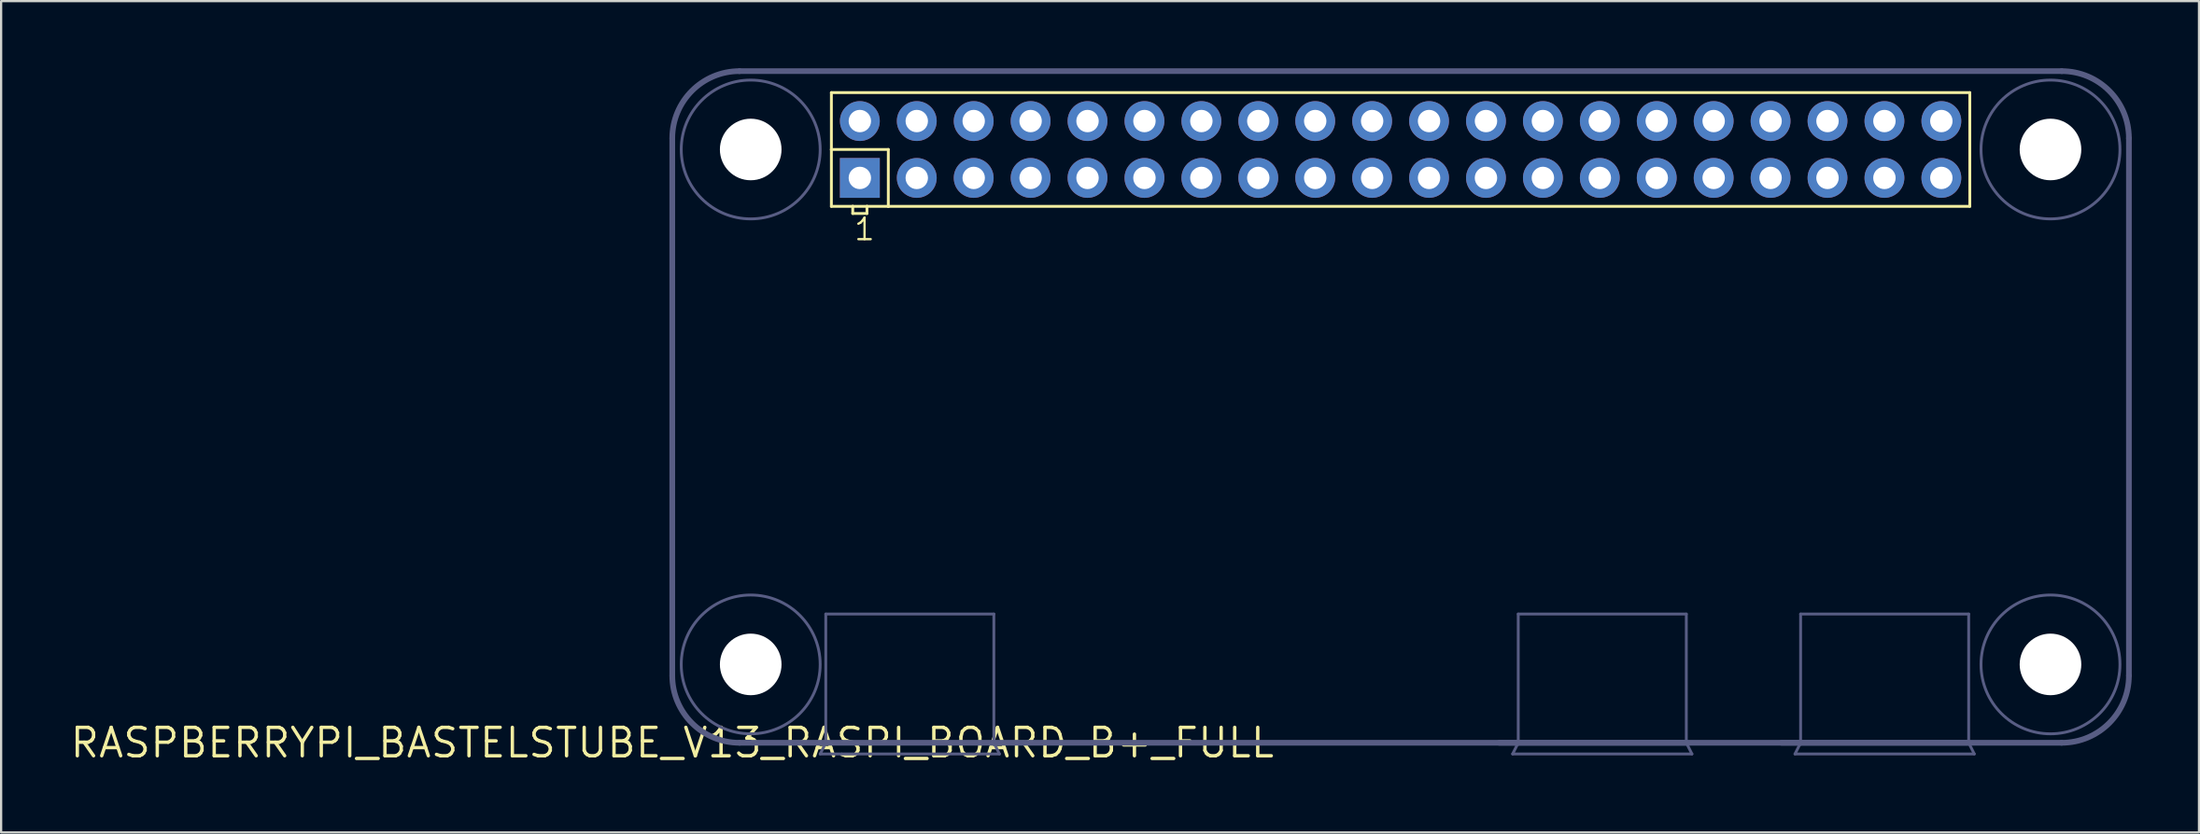
<source format=kicad_pcb>
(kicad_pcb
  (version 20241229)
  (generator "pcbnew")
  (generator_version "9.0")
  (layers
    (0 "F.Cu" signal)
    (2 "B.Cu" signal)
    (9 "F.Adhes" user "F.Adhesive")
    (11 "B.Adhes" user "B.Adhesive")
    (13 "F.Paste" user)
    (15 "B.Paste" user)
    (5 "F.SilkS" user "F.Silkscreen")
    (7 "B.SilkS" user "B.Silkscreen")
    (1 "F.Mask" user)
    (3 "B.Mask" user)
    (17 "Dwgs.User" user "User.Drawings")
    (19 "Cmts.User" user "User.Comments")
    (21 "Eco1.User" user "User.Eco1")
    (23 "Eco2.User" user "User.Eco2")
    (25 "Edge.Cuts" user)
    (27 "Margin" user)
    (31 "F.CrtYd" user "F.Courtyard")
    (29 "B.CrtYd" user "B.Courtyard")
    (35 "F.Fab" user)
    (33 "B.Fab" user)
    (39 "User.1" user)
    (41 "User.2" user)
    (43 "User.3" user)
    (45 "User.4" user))
  (footprint "RASPBERRYPI_BASTELSTUBE_V13_RASPI_BOARD_B+_FULL"
    (layer "F.Cu")
    (at 26.949 30.127)
    (property "Reference" "RASPBERRYPI_BASTELSTUBE_V13_RASPI_BOARD_B+_FULL" (at 0 0 0) (layer "F.SilkS") (effects (font (size 1.27 1.27) (thickness 0.15))))
    (attr through_hole)
    (fp_line (start 7.1 -29.04) (end 7.1 -26.5) (stroke (width 0.127) (type solid)) (layer "F.SilkS"))
    (fp_line (start 7.1 -26.5) (end 7.1 -23.96) (stroke (width 0.127) (type solid)) (layer "F.SilkS"))
    (fp_line (start 7.1 -26.5) (end 9.64 -26.5) (stroke (width 0.127) (type solid)) (layer "F.SilkS"))
    (fp_line (start 7.1 -23.96) (end 8.053 -23.96) (stroke (width 0.127) (type solid)) (layer "F.SilkS"))
    (fp_line (start 8.053 -23.96) (end 8.053 -23.642) (stroke (width 0.127) (type solid)) (layer "F.SilkS"))
    (fp_line (start 8.053 -23.96) (end 8.688 -23.96) (stroke (width 0.127) (type solid)) (layer "F.SilkS"))
    (fp_line (start 8.053 -23.642) (end 8.688 -23.642) (stroke (width 0.127) (type solid)) (layer "F.SilkS"))
    (fp_line (start 8.688 -23.96) (end 9.64 -23.96) (stroke (width 0.127) (type solid)) (layer "F.SilkS"))
    (fp_line (start 8.688 -23.642) (end 8.688 -23.96) (stroke (width 0.127) (type solid)) (layer "F.SilkS"))
    (fp_line (start 9.64 -26.5) (end 9.64 -23.96) (stroke (width 0.127) (type solid)) (layer "F.SilkS"))
    (fp_line (start 9.64 -23.96) (end 57.9 -23.96) (stroke (width 0.127) (type solid)) (layer "F.SilkS"))
    (fp_line (start 57.9 -29.04) (end 7.1 -29.04) (stroke (width 0.127) (type solid)) (layer "F.SilkS"))
    (fp_line (start 57.9 -23.96) (end 57.9 -29.04) (stroke (width 0.127) (type solid)) (layer "F.SilkS"))
    (fp_line (start 0 -27) (end 0 -3) (stroke (width 0.254) (type solid)) (layer "B.Fab"))
    (fp_line (start 3 0) (end 6.85 0) (stroke (width 0.254) (type solid)) (layer "B.Fab"))
    (fp_line (start 6.6 0.5) (end 14.6 0.5) (stroke (width 0.127) (type solid)) (layer "B.Fab"))
    (fp_line (start 6.85 -5.75) (end 14.35 -5.75) (stroke (width 0.127) (type solid)) (layer "B.Fab"))
    (fp_line (start 6.85 0) (end 6.6 0.5) (stroke (width 0.127) (type solid)) (layer "B.Fab"))
    (fp_line (start 6.85 0) (end 6.85 -5.75) (stroke (width 0.127) (type solid)) (layer "B.Fab"))
    (fp_line (start 6.85 0) (end 14.35 0) (stroke (width 0.254) (type solid)) (layer "B.Fab"))
    (fp_line (start 14.35 -5.75) (end 14.35 0) (stroke (width 0.127) (type solid)) (layer "B.Fab"))
    (fp_line (start 14.35 0) (end 62 0) (stroke (width 0.254) (type solid)) (layer "B.Fab"))
    (fp_line (start 14.6 0.5) (end 14.35 0) (stroke (width 0.127) (type solid)) (layer "B.Fab"))
    (fp_line (start 36.9 0) (end 37.75 0) (stroke (width 0.254) (type solid)) (layer "B.Fab"))
    (fp_line (start 37.5 0.5) (end 45.5 0.5) (stroke (width 0.127) (type solid)) (layer "B.Fab"))
    (fp_line (start 37.75 -5.75) (end 45.25 -5.75) (stroke (width 0.127) (type solid)) (layer "B.Fab"))
    (fp_line (start 37.75 0) (end 37.5 0.5) (stroke (width 0.127) (type solid)) (layer "B.Fab"))
    (fp_line (start 37.75 0) (end 37.75 -5.75) (stroke (width 0.127) (type solid)) (layer "B.Fab"))
    (fp_line (start 37.75 0) (end 45.25 0) (stroke (width 0.254) (type solid)) (layer "B.Fab"))
    (fp_line (start 45.25 -5.75) (end 45.25 0) (stroke (width 0.127) (type solid)) (layer "B.Fab"))
    (fp_line (start 45.5 0.5) (end 45.25 0) (stroke (width 0.127) (type solid)) (layer "B.Fab"))
    (fp_line (start 49.5 0) (end 50.35 0) (stroke (width 0.254) (type solid)) (layer "B.Fab"))
    (fp_line (start 50.1 0.5) (end 58.1 0.5) (stroke (width 0.127) (type solid)) (layer "B.Fab"))
    (fp_line (start 50.35 -5.75) (end 57.85 -5.75) (stroke (width 0.127) (type solid)) (layer "B.Fab"))
    (fp_line (start 50.35 0) (end 50.1 0.5) (stroke (width 0.127) (type solid)) (layer "B.Fab"))
    (fp_line (start 50.35 0) (end 50.35 -5.75) (stroke (width 0.127) (type solid)) (layer "B.Fab"))
    (fp_line (start 50.35 0) (end 57.85 0) (stroke (width 0.254) (type solid)) (layer "B.Fab"))
    (fp_line (start 57.85 -5.75) (end 57.85 0) (stroke (width 0.127) (type solid)) (layer "B.Fab"))
    (fp_line (start 58.1 0.5) (end 57.85 0) (stroke (width 0.127) (type solid)) (layer "B.Fab"))
    (fp_line (start 62 -30) (end 3 -30) (stroke (width 0.254) (type solid)) (layer "B.Fab"))
    (fp_line (start 65 -3) (end 65 -27) (stroke (width 0.254) (type solid)) (layer "B.Fab"))
    (fp_arc (start 0 -27) (mid 0.87868 -29.12132) (end 3 -30) (stroke (width 0.254) (type solid)) (layer "B.Fab"))
    (fp_arc (start 3 0) (mid 0.87868 -0.87868) (end 0 -3) (stroke (width 0.254) (type solid)) (layer "B.Fab"))
    (fp_arc (start 62 -30) (mid 64.12132 -29.12132) (end 65 -27) (stroke (width 0.254) (type solid)) (layer "B.Fab"))
    (fp_arc (start 65 -3) (mid 64.12132 -0.87868) (end 62 0) (stroke (width 0.254) (type solid)) (layer "B.Fab"))
    (fp_circle (center 3.5 -26.5) (end 6.6 -26.5) (stroke (width 0.127) (type solid)) (fill no) (layer "B.Fab"))
    (fp_circle (center 3.5 -3.5) (end 6.6 -3.5) (stroke (width 0.127) (type solid)) (fill no) (layer "B.Fab"))
    (fp_circle (center 61.5 -26.5) (end 64.6 -26.5) (stroke (width 0.127) (type solid)) (fill no) (layer "B.Fab"))
    (fp_circle (center 61.5 -3.5) (end 64.6 -3.5) (stroke (width 0.127) (type solid)) (fill no) (layer "B.Fab"))
    (fp_text user "1" (at 8.053 -22.372 0) (layer "F.SilkS") (effects (font (size 0.965 0.965) (thickness 0.102)) (justify left bottom)))
    (pad "" np_thru_hole circle (at 3.5 -26.5) (size 2.75 2.75) (drill 2.75) (layers "*.Cu" "*.Mask"))
    (pad "" np_thru_hole circle (at 3.5 -3.5) (size 2.75 2.75) (drill 2.75) (layers "*.Cu" "*.Mask"))
    (pad "" np_thru_hole circle (at 61.5 -26.5) (size 2.75 2.75) (drill 2.75) (layers "*.Cu" "*.Mask"))
    (pad "" np_thru_hole circle (at 61.5 -3.5) (size 2.75 2.75) (drill 2.75) (layers "*.Cu" "*.Mask"))
    (pad "1" thru_hole rect (at 8.37 -25.23) (size 1.778 1.778) (drill 1) (layers "*.Cu" "*.Mask"))
    (pad "2" thru_hole circle (at 8.37 -27.77) (size 1.778 1.778) (drill 1) (layers "*.Cu" "*.Mask"))
    (pad "3" thru_hole circle (at 10.91 -25.23) (size 1.778 1.778) (drill 1) (layers "*.Cu" "*.Mask"))
    (pad "4" thru_hole circle (at 10.91 -27.77) (size 1.778 1.778) (drill 1) (layers "*.Cu" "*.Mask"))
    (pad "5" thru_hole circle (at 13.45 -25.23) (size 1.778 1.778) (drill 1) (layers "*.Cu" "*.Mask"))
    (pad "6" thru_hole circle (at 13.45 -27.77) (size 1.778 1.778) (drill 1) (layers "*.Cu" "*.Mask"))
    (pad "7" thru_hole circle (at 15.99 -25.23) (size 1.778 1.778) (drill 1) (layers "*.Cu" "*.Mask"))
    (pad "8" thru_hole circle (at 15.99 -27.77) (size 1.778 1.778) (drill 1) (layers "*.Cu" "*.Mask"))
    (pad "9" thru_hole circle (at 18.53 -25.23) (size 1.778 1.778) (drill 1) (layers "*.Cu" "*.Mask"))
    (pad "10" thru_hole circle (at 18.53 -27.77) (size 1.778 1.778) (drill 1) (layers "*.Cu" "*.Mask"))
    (pad "11" thru_hole circle (at 21.07 -25.23) (size 1.778 1.778) (drill 1) (layers "*.Cu" "*.Mask"))
    (pad "12" thru_hole circle (at 21.07 -27.77) (size 1.778 1.778) (drill 1) (layers "*.Cu" "*.Mask"))
    (pad "13" thru_hole circle (at 23.61 -25.23) (size 1.778 1.778) (drill 1) (layers "*.Cu" "*.Mask"))
    (pad "14" thru_hole circle (at 23.61 -27.77) (size 1.778 1.778) (drill 1) (layers "*.Cu" "*.Mask"))
    (pad "15" thru_hole circle (at 26.15 -25.23) (size 1.778 1.778) (drill 1) (layers "*.Cu" "*.Mask"))
    (pad "16" thru_hole circle (at 26.15 -27.77) (size 1.778 1.778) (drill 1) (layers "*.Cu" "*.Mask"))
    (pad "17" thru_hole circle (at 28.69 -25.23) (size 1.778 1.778) (drill 1) (layers "*.Cu" "*.Mask"))
    (pad "18" thru_hole circle (at 28.69 -27.77) (size 1.778 1.778) (drill 1) (layers "*.Cu" "*.Mask"))
    (pad "19" thru_hole circle (at 31.23 -25.23) (size 1.778 1.778) (drill 1) (layers "*.Cu" "*.Mask"))
    (pad "20" thru_hole circle (at 31.23 -27.77) (size 1.778 1.778) (drill 1) (layers "*.Cu" "*.Mask"))
    (pad "21" thru_hole circle (at 33.77 -25.23) (size 1.778 1.778) (drill 1) (layers "*.Cu" "*.Mask"))
    (pad "22" thru_hole circle (at 33.77 -27.77) (size 1.778 1.778) (drill 1) (layers "*.Cu" "*.Mask"))
    (pad "23" thru_hole circle (at 36.31 -25.23) (size 1.778 1.778) (drill 1) (layers "*.Cu" "*.Mask"))
    (pad "24" thru_hole circle (at 36.31 -27.77) (size 1.778 1.778) (drill 1) (layers "*.Cu" "*.Mask"))
    (pad "25" thru_hole circle (at 38.85 -25.23) (size 1.778 1.778) (drill 1) (layers "*.Cu" "*.Mask"))
    (pad "26" thru_hole circle (at 38.85 -27.77) (size 1.778 1.778) (drill 1) (layers "*.Cu" "*.Mask"))
    (pad "27" thru_hole circle (at 41.39 -25.23) (size 1.778 1.778) (drill 1) (layers "*.Cu" "*.Mask"))
    (pad "28" thru_hole circle (at 41.39 -27.77) (size 1.778 1.778) (drill 1) (layers "*.Cu" "*.Mask"))
    (pad "29" thru_hole circle (at 43.93 -25.23) (size 1.778 1.778) (drill 1) (layers "*.Cu" "*.Mask"))
    (pad "30" thru_hole circle (at 43.93 -27.77) (size 1.778 1.778) (drill 1) (layers "*.Cu" "*.Mask"))
    (pad "31" thru_hole circle (at 46.47 -25.23) (size 1.778 1.778) (drill 1) (layers "*.Cu" "*.Mask"))
    (pad "32" thru_hole circle (at 46.47 -27.77) (size 1.778 1.778) (drill 1) (layers "*.Cu" "*.Mask"))
    (pad "33" thru_hole circle (at 49.01 -25.23) (size 1.778 1.778) (drill 1) (layers "*.Cu" "*.Mask"))
    (pad "34" thru_hole circle (at 49.01 -27.77) (size 1.778 1.778) (drill 1) (layers "*.Cu" "*.Mask"))
    (pad "35" thru_hole circle (at 51.55 -25.23) (size 1.778 1.778) (drill 1) (layers "*.Cu" "*.Mask"))
    (pad "36" thru_hole circle (at 51.55 -27.77) (size 1.778 1.778) (drill 1) (layers "*.Cu" "*.Mask"))
    (pad "37" thru_hole circle (at 54.09 -25.23) (size 1.778 1.778) (drill 1) (layers "*.Cu" "*.Mask"))
    (pad "38" thru_hole circle (at 54.09 -27.77) (size 1.778 1.778) (drill 1) (layers "*.Cu" "*.Mask"))
    (pad "39" thru_hole circle (at 56.63 -25.23) (size 1.778 1.778) (drill 1) (layers "*.Cu" "*.Mask"))
    (pad "40" thru_hole circle (at 56.63 -27.77) (size 1.778 1.778) (drill 1) (layers "*.Cu" "*.Mask")))
  (gr_rect
    (start -3 -3)
    (end 95.076 34.133)
    (stroke (width 0.1) (type default))
    (fill no)
    (layer "Edge.Cuts")))
</source>
